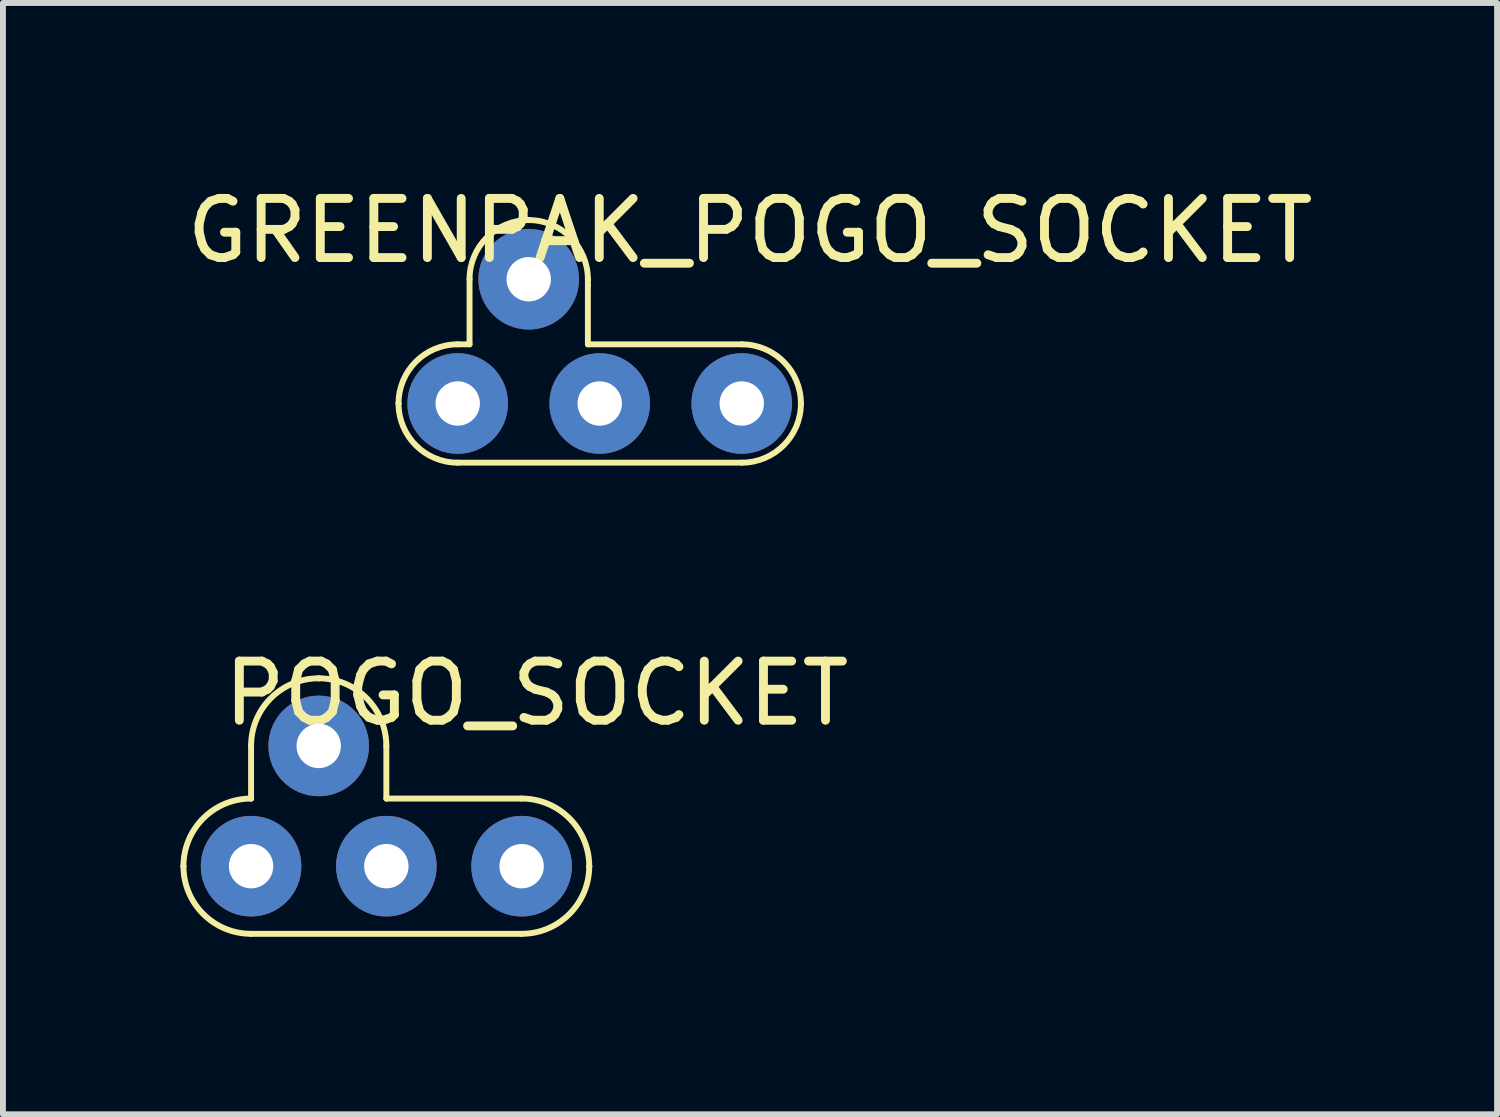
<source format=kicad_pcb>
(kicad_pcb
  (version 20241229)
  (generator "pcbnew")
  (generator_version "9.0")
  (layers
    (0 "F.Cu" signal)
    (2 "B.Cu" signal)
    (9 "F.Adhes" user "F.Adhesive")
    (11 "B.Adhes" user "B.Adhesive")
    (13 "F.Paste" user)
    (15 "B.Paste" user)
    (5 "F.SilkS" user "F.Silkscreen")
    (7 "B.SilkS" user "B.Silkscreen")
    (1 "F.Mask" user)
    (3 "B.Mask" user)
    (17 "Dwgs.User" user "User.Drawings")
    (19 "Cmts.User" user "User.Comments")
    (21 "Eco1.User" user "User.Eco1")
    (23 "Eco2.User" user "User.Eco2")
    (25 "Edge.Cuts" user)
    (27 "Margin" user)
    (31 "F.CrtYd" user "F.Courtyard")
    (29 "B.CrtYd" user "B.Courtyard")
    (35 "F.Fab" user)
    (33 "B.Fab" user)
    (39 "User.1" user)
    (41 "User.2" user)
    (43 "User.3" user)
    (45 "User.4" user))
  (footprint "POGO_SOCKET"
    (layer "F.Cu")
    (at 3.479 11.588)
    (property "Reference" "POGO_SOCKET" (at 2.54 -2.921 0) (layer "F.SilkS") (effects (font (size 1 1) (thickness 0.15))))
    (attr through_hole)
    (fp_line (start -3.429 0) (end -3.429 0) (stroke (width 0.1) (type default)) (layer "F.SilkS"))
    (fp_line (start -2.286 -2.032) (end -2.286 -1.143) (stroke (width 0.1) (type default)) (layer "F.SilkS"))
    (fp_line (start -2.286 -1.143) (end -2.286 -1.143) (stroke (width 0.1) (type default)) (layer "F.SilkS"))
    (fp_line (start -2.286 1.143) (end 2.286 1.143) (stroke (width 0.1) (type default)) (layer "F.SilkS"))
    (fp_line (start -1.143 -3.175) (end -1.143 -3.175) (stroke (width 0.1) (type default)) (layer "F.SilkS"))
    (fp_line (start 0 -1.143) (end 0 -2.032) (stroke (width 0.1) (type default)) (layer "F.SilkS"))
    (fp_line (start 2.286 -1.143) (end 0 -1.143) (stroke (width 0.1) (type default)) (layer "F.SilkS"))
    (fp_line (start 3.429 0) (end 3.429 0) (stroke (width 0.1) (type default)) (layer "F.SilkS"))
    (fp_arc (start -3.429 0) (mid -3.094223 -0.808223) (end -2.286 -1.143) (stroke (width 0.1) (type default)) (layer "F.SilkS"))
    (fp_arc (start -2.286 -2.032) (mid -1.951223 -2.840223) (end -1.143 -3.175) (stroke (width 0.1) (type default)) (layer "F.SilkS"))
    (fp_arc (start -2.286 1.143) (mid -3.094223 0.808223) (end -3.429 0) (stroke (width 0.1) (type default)) (layer "F.SilkS"))
    (fp_arc (start -1.143 -3.175) (mid -0.334777 -2.840223) (end 0 -2.032) (stroke (width 0.1) (type default)) (layer "F.SilkS"))
    (fp_arc (start 2.286 -1.143) (mid 3.094223 -0.808223) (end 3.429 0) (stroke (width 0.1) (type default)) (layer "F.SilkS"))
    (fp_arc (start 3.429 0) (mid 3.094223 0.808223) (end 2.286 1.143) (stroke (width 0.1) (type default)) (layer "F.SilkS"))
    (pad "1" thru_hole circle (at -2.286 0) (size 1.7 1.7) (drill 0.75) (layers "*.Cu" "F.Mask"))
    (pad "2" thru_hole circle (at 0 0) (size 1.7 1.7) (drill 0.75) (layers "*.Cu" "F.Mask"))
    (pad "3" thru_hole circle (at 2.286 0) (size 1.7 1.7) (drill 0.75) (layers "*.Cu" "F.Mask"))
    (pad "4" thru_hole circle (at -1.143 -2.032) (size 1.7 1.7) (drill 0.75) (layers "*.Cu" "F.Mask")))
  (footprint "GREENPAK_POGO_SOCKET"
    (layer "F.Cu")
    (at 7.085 3.769)
    (property "Reference" "GREENPAK_POGO_SOCKET" (at 2.54 -2.921 0) (layer "F.SilkS") (effects (font (size 1 1) (thickness 0.15))))
    (attr through_hole)
    (fp_line (start -3.4 0) (end -3.4 0) (stroke (width 0.1) (type default)) (layer "F.SilkS"))
    (fp_line (start -2.4 -1) (end -2.2 -1) (stroke (width 0.1) (type default)) (layer "F.SilkS"))
    (fp_line (start -2.2 -1) (end -2.2 -2.1) (stroke (width 0.1) (type default)) (layer "F.SilkS"))
    (fp_line (start -1.2 -3.1) (end -1.2 -3.1) (stroke (width 0.1) (type default)) (layer "F.SilkS"))
    (fp_line (start -0.2 -2.1) (end -0.2 -2) (stroke (width 0.1) (type default)) (layer "F.SilkS"))
    (fp_line (start -0.2 -1) (end -0.2 -2) (stroke (width 0.1) (type default)) (layer "F.SilkS"))
    (fp_line (start -0.2 -1) (end 2.4 -1) (stroke (width 0.1) (type default)) (layer "F.SilkS"))
    (fp_line (start 2.4 1) (end -2.4 1) (stroke (width 0.1) (type default)) (layer "F.SilkS"))
    (fp_line (start 3.4 0) (end 3.4 0) (stroke (width 0.1) (type default)) (layer "F.SilkS"))
    (fp_arc (start -3.4 0) (mid -3.107107 -0.707107) (end -2.4 -1) (stroke (width 0.1) (type default)) (layer "F.SilkS"))
    (fp_arc (start -2.4 1) (mid -3.107107 0.707107) (end -3.4 0) (stroke (width 0.1) (type default)) (layer "F.SilkS"))
    (fp_arc (start -2.2 -2.1) (mid -1.907107 -2.807107) (end -1.2 -3.1) (stroke (width 0.1) (type default)) (layer "F.SilkS"))
    (fp_arc (start -1.2 -3.1) (mid -0.492893 -2.807107) (end -0.2 -2.1) (stroke (width 0.1) (type default)) (layer "F.SilkS"))
    (fp_arc (start 2.4 -1) (mid 3.107107 -0.707107) (end 3.4 0) (stroke (width 0.1) (type default)) (layer "F.SilkS"))
    (fp_arc (start 3.4 0) (mid 3.107107 0.707107) (end 2.4 1) (stroke (width 0.1) (type default)) (layer "F.SilkS"))
    (pad "1" thru_hole circle (at -2.4 0) (size 1.7 1.7) (drill 0.75) (layers "*.Cu" "F.Mask"))
    (pad "2" thru_hole circle (at 0 0) (size 1.7 1.7) (drill 0.75) (layers "*.Cu" "F.Mask"))
    (pad "3" thru_hole circle (at 2.4 0) (size 1.7 1.7) (drill 0.75) (layers "*.Cu" "F.Mask"))
    (pad "4" thru_hole circle (at -1.2 -2.1) (size 1.7 1.7) (drill 0.75) (layers "*.Cu" "F.Mask")))
  (gr_rect
    (start -3 -3)
    (end 22.25 15.781)
    (stroke (width 0.1) (type default))
    (fill no)
    (layer "Edge.Cuts")))
</source>
